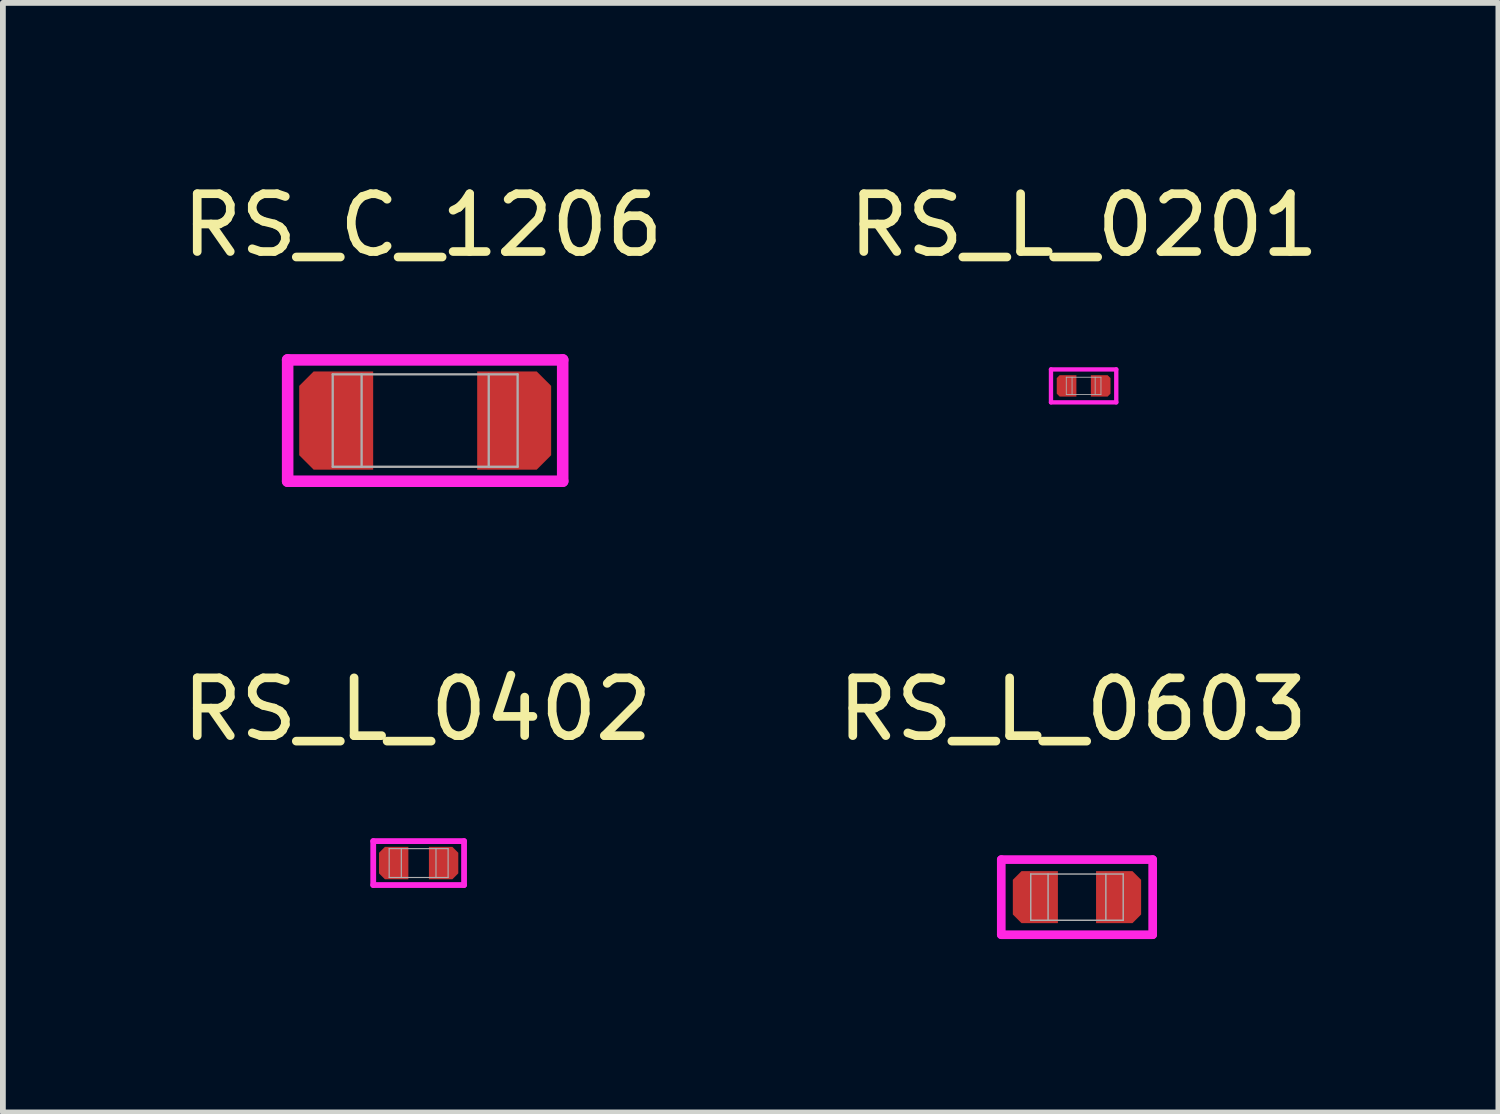
<source format=kicad_pcb>
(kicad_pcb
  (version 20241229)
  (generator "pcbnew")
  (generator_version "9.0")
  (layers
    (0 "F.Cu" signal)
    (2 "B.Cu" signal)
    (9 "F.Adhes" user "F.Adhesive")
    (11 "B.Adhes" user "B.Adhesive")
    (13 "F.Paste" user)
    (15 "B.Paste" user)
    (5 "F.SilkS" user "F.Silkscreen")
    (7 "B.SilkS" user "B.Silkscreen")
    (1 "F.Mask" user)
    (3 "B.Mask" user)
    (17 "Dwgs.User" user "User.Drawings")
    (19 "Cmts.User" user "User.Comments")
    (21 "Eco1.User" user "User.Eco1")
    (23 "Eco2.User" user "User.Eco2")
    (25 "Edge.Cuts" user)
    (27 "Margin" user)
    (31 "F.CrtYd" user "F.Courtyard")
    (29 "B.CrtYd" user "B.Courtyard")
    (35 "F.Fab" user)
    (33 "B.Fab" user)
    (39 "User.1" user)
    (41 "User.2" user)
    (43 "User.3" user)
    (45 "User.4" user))
  (footprint "RS_L_0603"
    (layer "F.Cu")
    (at 14.868 12.476)
    (property "Reference" "RS_L_0603" (at 0.65 -3.25 0) (layer "F.SilkS") (effects (font (size 1 1) (thickness 0.15))))
    (attr through_hole)
    (fp_line (start -0.59 -0.65) (end 2.03 -0.65) (stroke (width 0.15) (type solid)) (layer "F.CrtYd"))
    (fp_line (start -0.59 0.65) (end -0.59 -0.65) (stroke (width 0.15) (type solid)) (layer "F.CrtYd"))
    (fp_line (start 2.03 -0.65) (end 2.03 0.65) (stroke (width 0.15) (type solid)) (layer "F.CrtYd"))
    (fp_line (start 2.03 0.65) (end -0.59 0.65) (stroke (width 0.15) (type solid)) (layer "F.CrtYd"))
    (fp_line (start -0.08 -0.4) (end -0.08 0.4) (stroke (width 0.025) (type solid)) (layer "F.Fab"))
    (fp_line (start -0.08 0.4) (end 1.52 0.4) (stroke (width 0.025) (type solid)) (layer "F.Fab"))
    (fp_line (start 0.22 -0.4) (end 0.22 0.4) (stroke (width 0.025) (type solid)) (layer "F.Fab"))
    (fp_line (start 1.22 0.4) (end 1.22 -0.4) (stroke (width 0.025) (type solid)) (layer "F.Fab"))
    (fp_line (start 1.52 -0.4) (end -0.08 -0.4) (stroke (width 0.025) (type solid)) (layer "F.Fab"))
    (fp_line (start 1.52 0.4) (end 1.52 -0.4) (stroke (width 0.025) (type solid)) (layer "F.Fab"))
    (pad "1" smd custom (at 0 0) (size 0.4 0.4) (layers "F.Cu" "F.Mask" "F.Paste") (options (anchor rect)) (primitives (gr_poly (pts (xy 0.39 -0.45) (xy 0.39 0.45) (xy -0.24 0.45) (xy -0.39 0.3) (xy -0.39 -0.3) (xy -0.24 -0.45)) (width 0) (fill yes))))
    (pad "2" smd custom (at 1.44 0 180) (size 0.4 0.4) (layers "F.Cu" "F.Mask" "F.Paste") (options (anchor rect)) (primitives (gr_poly (pts (xy 0.39 -0.45) (xy 0.39 0.45) (xy -0.24 0.45) (xy -0.39 0.3) (xy -0.39 -0.3) (xy -0.24 -0.45)) (width 0) (fill yes)))))
  (footprint "RS_C_1206"
    (layer "F.Cu")
    (at 2.768 4.228)
    (property "Reference" "RS_C_1206" (at 1.5 -3.38 0) (layer "F.SilkS") (effects (font (size 1 1) (thickness 0.15))))
    (attr through_hole)
    (fp_line (start -0.84 -1.05) (end 3.92 -1.05) (stroke (width 0.2) (type solid)) (layer "F.CrtYd"))
    (fp_line (start -0.84 1.05) (end -0.84 -1.05) (stroke (width 0.2) (type solid)) (layer "F.CrtYd"))
    (fp_line (start 3.92 -1.05) (end 3.92 1.05) (stroke (width 0.2) (type solid)) (layer "F.CrtYd"))
    (fp_line (start 3.92 1.05) (end -0.84 1.05) (stroke (width 0.2) (type solid)) (layer "F.CrtYd"))
    (fp_line (start -0.06 -0.8) (end -0.06 0.8) (stroke (width 0.04) (type solid)) (layer "F.Fab"))
    (fp_line (start -0.06 0.8) (end 3.14 0.8) (stroke (width 0.04) (type solid)) (layer "F.Fab"))
    (fp_line (start 0.44 -0.8) (end 0.44 0.8) (stroke (width 0.04) (type solid)) (layer "F.Fab"))
    (fp_line (start 2.64 -0.8) (end 2.64 0.8) (stroke (width 0.04) (type solid)) (layer "F.Fab"))
    (fp_line (start 3.14 -0.8) (end -0.06 -0.8) (stroke (width 0.04) (type solid)) (layer "F.Fab"))
    (fp_line (start 3.14 0.8) (end 3.14 -0.8) (stroke (width 0.04) (type solid)) (layer "F.Fab"))
    (pad "1" smd custom (at 0 0) (size 0.8 0.8) (layers "F.Cu" "F.Mask" "F.Paste") (options (anchor rect)) (primitives (gr_poly (pts (xy -0.39 -0.85) (xy 0.64 -0.85) (xy 0.64 0.85) (xy -0.39 0.85) (xy -0.64 0.6) (xy -0.64 -0.6)) (width 0) (fill yes))))
    (pad "2" smd custom (at 3.08 0 180) (size 0.8 0.8) (layers "F.Cu" "F.Mask" "F.Paste") (options (anchor rect)) (primitives (gr_poly (pts (xy -0.39 -0.85) (xy 0.64 -0.85) (xy 0.64 0.85) (xy -0.39 0.85) (xy -0.64 0.6) (xy -0.64 -0.6)) (width 0) (fill yes)))))
  (footprint "RS_L_0201"
    (layer "F.Cu")
    (at 15.408 3.628)
    (property "Reference" "RS_L_0201" (at 0.3 -2.78 0) (layer "F.SilkS") (effects (font (size 1 1) (thickness 0.15))))
    (attr through_hole)
    (fp_line (start -0.27 -0.285) (end 0.86 -0.285) (stroke (width 0.075) (type solid)) (layer "F.CrtYd"))
    (fp_line (start -0.27 0.285) (end -0.27 -0.285) (stroke (width 0.075) (type solid)) (layer "F.CrtYd"))
    (fp_line (start 0.86 -0.285) (end 0.86 0.285) (stroke (width 0.075) (type solid)) (layer "F.CrtYd"))
    (fp_line (start 0.86 0.285) (end -0.27 0.285) (stroke (width 0.075) (type solid)) (layer "F.CrtYd"))
    (fp_line (start -0.005 -0.15) (end 0.595 -0.15) (stroke (width 0.015) (type solid)) (layer "F.Fab"))
    (fp_line (start -0.005 0.15) (end -0.005 -0.15) (stroke (width 0.015) (type solid)) (layer "F.Fab"))
    (fp_line (start 0.095 -0.15) (end 0.095 0.15) (stroke (width 0.015) (type solid)) (layer "F.Fab"))
    (fp_line (start 0.495 0.15) (end 0.495 -0.15) (stroke (width 0.015) (type solid)) (layer "F.Fab"))
    (fp_line (start 0.595 -0.15) (end 0.595 0.15) (stroke (width 0.015) (type solid)) (layer "F.Fab"))
    (fp_line (start 0.595 0.15) (end -0.005 0.15) (stroke (width 0.015) (type solid)) (layer "F.Fab"))
    (pad "1" smd custom (at 0 0) (size 0.2 0.2) (layers "F.Cu" "F.Mask" "F.Paste") (options (anchor rect)) (primitives (gr_poly (pts (xy 0.17 -0.185) (xy 0.17 0.185) (xy -0.12 0.185) (xy -0.17 0.135) (xy -0.17 -0.135) (xy -0.12 -0.185)) (width 0) (fill yes))))
    (pad "2" smd custom (at 0.59 0 180) (size 0.2 0.2) (layers "F.Cu" "F.Mask" "F.Paste") (options (anchor rect)) (primitives (gr_poly (pts (xy 0.17 -0.185) (xy 0.17 0.185) (xy -0.12 0.185) (xy -0.17 0.135) (xy -0.17 -0.135) (xy -0.12 -0.185)) (width 0) (fill yes)))))
  (footprint "RS_L_0402"
    (layer "F.Cu")
    (at 3.763 11.886)
    (property "Reference" "RS_L_0402" (at 0.41 -2.66 0) (layer "F.SilkS") (effects (font (size 1 1) (thickness 0.15))))
    (attr through_hole)
    (fp_line (start -0.354 -0.38) (end 1.218 -0.38) (stroke (width 0.1) (type solid)) (layer "F.CrtYd"))
    (fp_line (start -0.354 0.38) (end -0.354 -0.38) (stroke (width 0.1) (type solid)) (layer "F.CrtYd"))
    (fp_line (start 1.218 -0.38) (end 1.218 0.38) (stroke (width 0.1) (type solid)) (layer "F.CrtYd"))
    (fp_line (start 1.218 0.38) (end -0.354 0.38) (stroke (width 0.1) (type solid)) (layer "F.CrtYd"))
    (fp_line (start -0.078 -0.25) (end -0.078 0.25) (stroke (width 0.02) (type solid)) (layer "F.Fab"))
    (fp_line (start -0.078 0.25) (end 0.942 0.25) (stroke (width 0.02) (type solid)) (layer "F.Fab"))
    (fp_line (start 0.132 -0.25) (end 0.132 0.25) (stroke (width 0.02) (type solid)) (layer "F.Fab"))
    (fp_line (start 0.732 0.25) (end 0.732 -0.25) (stroke (width 0.02) (type solid)) (layer "F.Fab"))
    (fp_line (start 0.942 -0.25) (end -0.078 -0.25) (stroke (width 0.02) (type solid)) (layer "F.Fab"))
    (fp_line (start 0.942 0.25) (end 0.942 -0.25) (stroke (width 0.02) (type solid)) (layer "F.Fab"))
    (pad "1" smd custom (at 0 0) (size 0.3 0.3) (layers "F.Cu" "F.Mask" "F.Paste") (options (anchor rect)) (primitives (gr_poly (pts (xy 0.254 -0.28) (xy 0.254 0.28) (xy -0.152 0.28) (xy -0.254 0.178) (xy -0.254 -0.178) (xy -0.152 -0.28)) (width 0) (fill yes))))
    (pad "2" smd custom (at 0.864 0 180) (size 0.3 0.3) (layers "F.Cu" "F.Mask" "F.Paste") (options (anchor rect)) (primitives (gr_poly (pts (xy 0.254 -0.28) (xy 0.254 0.28) (xy -0.152 0.28) (xy -0.254 0.178) (xy -0.254 -0.178) (xy -0.152 -0.28)) (width 0) (fill yes)))))
  (gr_rect
    (start -3 -3)
    (end 22.881 16.201)
    (stroke (width 0.1) (type default))
    (fill no)
    (layer "Edge.Cuts")))
</source>
